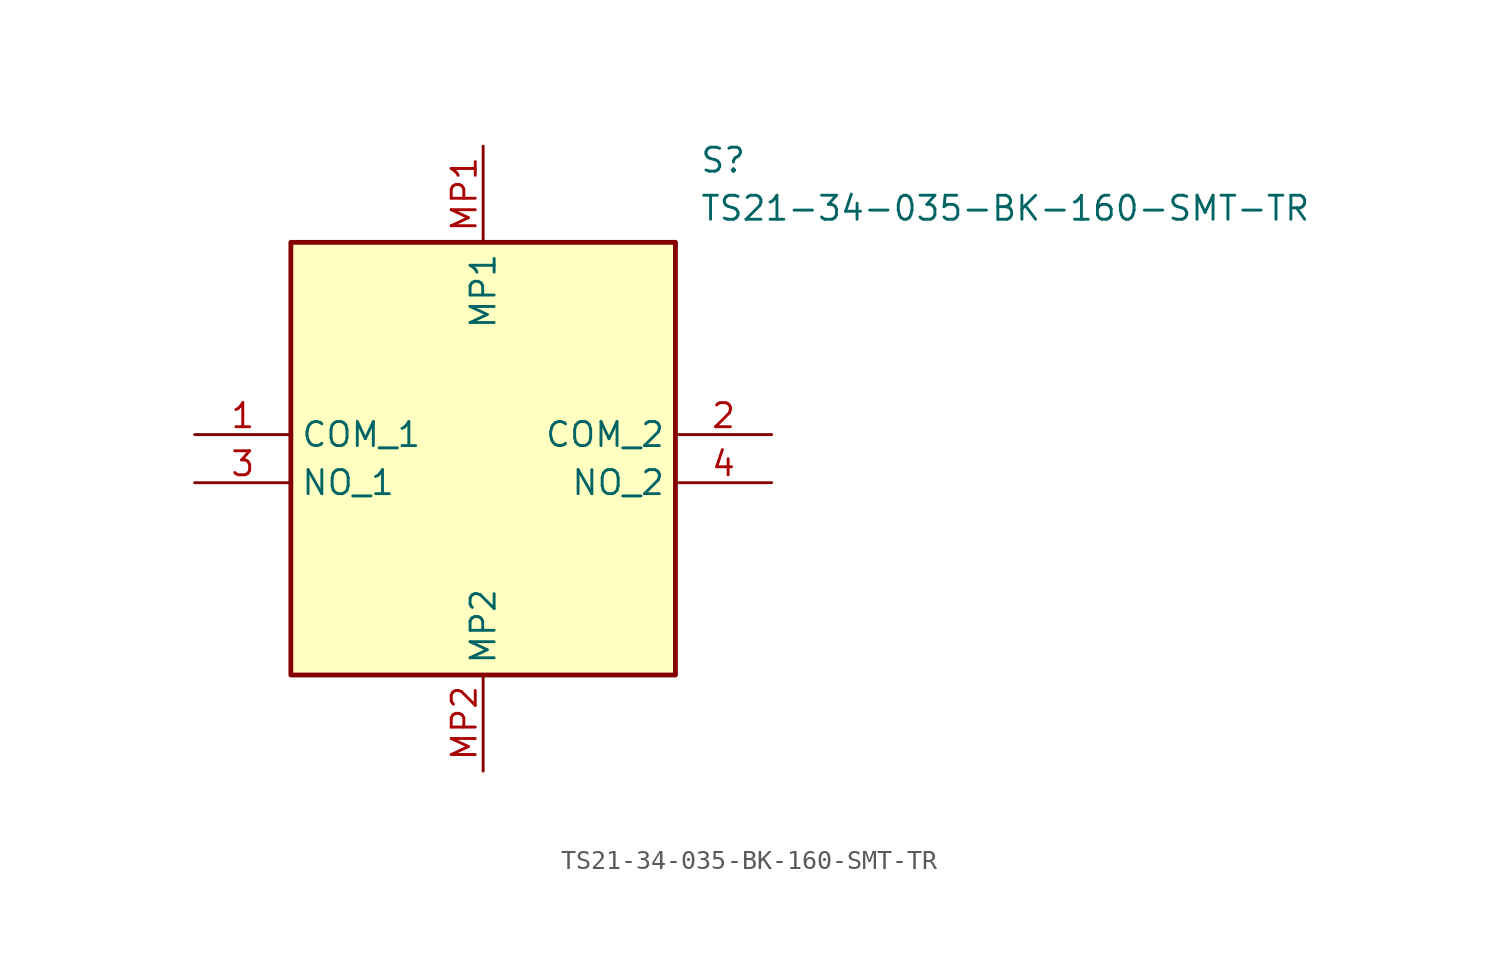
<source format=kicad_sym>
(kicad_symbol_lib
  (version 20211014)
  (generator SamacSys_ECAD_Model)
  (symbol "TS21-34-035-BK-160-SMT-TR"
    (property "Reference" "S"
      (at 26.67 15.24 0)
      (effects (font (size 1.27 1.27)) (justify left top)))
    (property "Value" "TS21-34-035-BK-160-SMT-TR"
      (at 26.67 12.7 0)
      (effects (font (size 1.27 1.27)) (justify left top)))
    (rectangle
      (start 5.08 10.16)
      (end 25.4 -12.7)
      (stroke (width 0.254) (type default))
      (fill (type background)))
    (pin passive line
      (at 0 0 0)
      (length 5.08)
      (name "COM_1" (effects (font (size 1.27 1.27))))
      (number "1" (effects (font (size 1.27 1.27)))))
    (pin passive line
      (at 30.48 0 180)
      (length 5.08)
      (name "COM_2" (effects (font (size 1.27 1.27))))
      (number "2" (effects (font (size 1.27 1.27)))))
    (pin passive line
      (at 0 -2.54 0)
      (length 5.08)
      (name "NO_1" (effects (font (size 1.27 1.27))))
      (number "3" (effects (font (size 1.27 1.27)))))
    (pin passive line
      (at 30.48 -2.54 180)
      (length 5.08)
      (name "NO_2" (effects (font (size 1.27 1.27))))
      (number "4" (effects (font (size 1.27 1.27)))))
    (pin passive line
      (at 15.24 15.24 270)
      (length 5.08)
      (name "MP1" (effects (font (size 1.27 1.27))))
      (number "MP1" (effects (font (size 1.27 1.27)))))
    (pin passive line
      (at 15.24 -17.78 90)
      (length 5.08)
      (name "MP2" (effects (font (size 1.27 1.27))))
      (number "MP2" (effects (font (size 1.27 1.27)))))))
</source>
